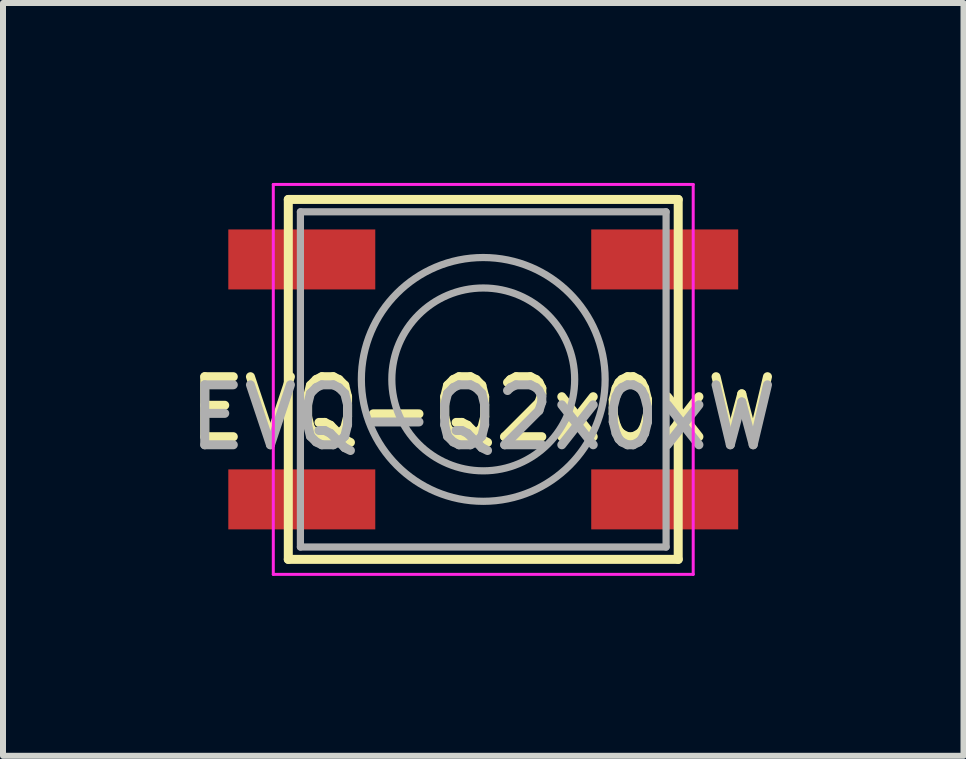
<source format=kicad_pcb>
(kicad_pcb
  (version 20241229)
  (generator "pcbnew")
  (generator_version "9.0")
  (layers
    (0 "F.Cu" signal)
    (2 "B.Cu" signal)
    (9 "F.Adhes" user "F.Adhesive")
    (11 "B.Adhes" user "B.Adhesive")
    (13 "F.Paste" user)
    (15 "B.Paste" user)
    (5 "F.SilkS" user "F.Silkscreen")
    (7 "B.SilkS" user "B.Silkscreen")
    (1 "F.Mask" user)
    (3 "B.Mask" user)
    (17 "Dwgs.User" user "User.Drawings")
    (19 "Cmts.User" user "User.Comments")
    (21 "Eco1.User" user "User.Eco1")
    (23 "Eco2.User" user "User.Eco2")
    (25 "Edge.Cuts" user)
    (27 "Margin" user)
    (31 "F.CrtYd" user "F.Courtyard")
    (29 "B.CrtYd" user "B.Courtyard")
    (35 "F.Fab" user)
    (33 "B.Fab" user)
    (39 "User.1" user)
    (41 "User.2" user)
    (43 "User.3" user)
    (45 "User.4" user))
  (footprint "EVQ-Q2x0xW"
    (layer "F.Cu")
    (at 5.006 3.275)
    (property "Reference" "EVQ-Q2x0xW" (at 0 0.5 0) (layer "F.SilkS") (effects (font (size 1 1) (thickness 0.15))))
    (attr through_hole)
    (fp_line (start -3.25 -3) (end 3.25 -3) (stroke (width 0.15) (type solid)) (layer "F.SilkS"))
    (fp_line (start -3.25 3) (end -3.25 -3) (stroke (width 0.15) (type solid)) (layer "F.SilkS"))
    (fp_line (start 3.25 -3) (end 3.25 3) (stroke (width 0.15) (type solid)) (layer "F.SilkS"))
    (fp_line (start 3.25 3) (end -3.25 3) (stroke (width 0.15) (type solid)) (layer "F.SilkS"))
    (fp_line (start -3.5 -3.25) (end 3.5 -3.25) (stroke (width 0.05) (type solid)) (layer "F.CrtYd"))
    (fp_line (start -3.5 3.25) (end -3.5 -3.25) (stroke (width 0.05) (type solid)) (layer "F.CrtYd"))
    (fp_line (start 3.5 -3.25) (end 3.5 3.25) (stroke (width 0.05) (type solid)) (layer "F.CrtYd"))
    (fp_line (start 3.5 3.25) (end -3.5 3.25) (stroke (width 0.05) (type solid)) (layer "F.CrtYd"))
    (fp_line (start -3.048 -2.794) (end 3.048 -2.794) (stroke (width 0.12) (type solid)) (layer "F.Fab"))
    (fp_line (start -3.048 2.794) (end -3.048 -2.794) (stroke (width 0.12) (type solid)) (layer "F.Fab"))
    (fp_line (start 3.048 -2.794) (end 3.048 2.794) (stroke (width 0.12) (type solid)) (layer "F.Fab"))
    (fp_line (start 3.048 2.794) (end -3.048 2.794) (stroke (width 0.12) (type solid)) (layer "F.Fab"))
    (fp_circle (center 0 0) (end 1.524 0) (stroke (width 0.12) (type solid)) (fill no) (layer "F.Fab"))
    (fp_circle (center 0 0) (end 2.032 0) (stroke (width 0.12) (type solid)) (fill no) (layer "F.Fab"))
    (fp_text user "${REFERENCE}" (at 0 0.635 0) (layer "F.Fab") (effects (font (size 1 1) (thickness 0.15))))
    (pad "1" smd rect (at -3.025 -2) (size 2.45 1) (layers "F.Cu" "F.Mask" "F.Paste"))
    (pad "1" smd rect (at 3.025 -2) (size 2.45 1) (layers "F.Cu" "F.Mask" "F.Paste"))
    (pad "2" smd rect (at -3.025 2) (size 2.45 1) (layers "F.Cu" "F.Mask" "F.Paste"))
    (pad "2" smd rect (at 3.025 2) (size 2.45 1) (layers "F.Cu" "F.Mask" "F.Paste")))
  (gr_rect
    (start -3 -3)
    (end 13.012 9.55)
    (stroke (width 0.1) (type default))
    (fill no)
    (layer "Edge.Cuts")))
</source>
